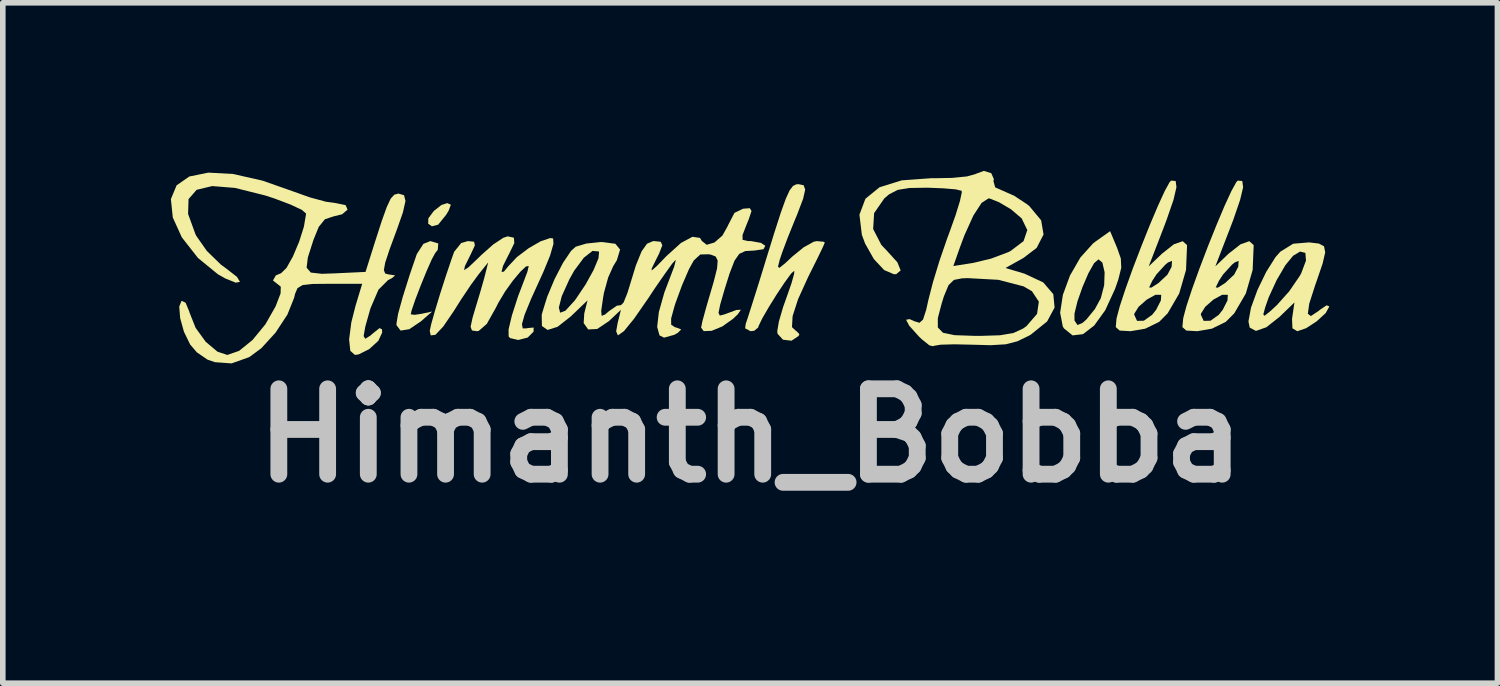
<source format=kicad_pcb>
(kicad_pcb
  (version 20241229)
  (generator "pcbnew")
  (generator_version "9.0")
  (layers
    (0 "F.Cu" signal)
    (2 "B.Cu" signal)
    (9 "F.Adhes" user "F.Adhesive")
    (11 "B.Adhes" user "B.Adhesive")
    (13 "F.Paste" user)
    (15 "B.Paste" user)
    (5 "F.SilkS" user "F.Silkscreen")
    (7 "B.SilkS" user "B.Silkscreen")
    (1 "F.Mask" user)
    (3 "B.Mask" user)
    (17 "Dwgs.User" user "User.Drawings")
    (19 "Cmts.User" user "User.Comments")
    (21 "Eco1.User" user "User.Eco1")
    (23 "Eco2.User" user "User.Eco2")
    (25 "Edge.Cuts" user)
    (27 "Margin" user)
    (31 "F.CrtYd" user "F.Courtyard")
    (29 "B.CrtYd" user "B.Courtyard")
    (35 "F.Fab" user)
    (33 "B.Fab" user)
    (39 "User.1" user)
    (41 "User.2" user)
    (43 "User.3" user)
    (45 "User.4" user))
  (footprint "Himanth_Bobba"
    (layer "F.Cu")
    (at 10.312 2.184)
    (property "Reference" "Himanth_Bobba" (at 0.033 2.54 0) (layer "Dwgs.User") (effects (font (size 1.524 1.524) (thickness 0.3))))
    (attr board_only exclude_from_pos_files exclude_from_bom)
    (fp_poly (pts (xy -5.315 -1.58) (xy -5.356 -1.471) (xy -5.402 -1.397) (xy -5.542 -1.224) (xy -5.653 -1.195) (xy -5.72 -1.242) (xy -5.717 -1.337) (xy -5.621 -1.467) (xy -5.484 -1.575) (xy -5.379 -1.609)) (stroke (width 0) (type solid)) (fill yes) (layer "F.SilkS"))
    (fp_poly (pts (xy -5.54 -0.889) (xy -5.549 -0.776) (xy -5.596 -0.715) (xy -5.654 -0.609) (xy -5.747 -0.399) (xy -5.853 -0.139) (xy -5.95 0.114) (xy -6.016 0.307) (xy -6.031 0.376) (xy -5.961 0.385) (xy -5.84 0.367) (xy -5.649 0.326) (xy -5.85 0.502) (xy -6.059 0.642) (xy -6.213 0.666) (xy -6.285 0.57) (xy -6.286 0.541) (xy -6.257 0.368) (xy -6.174 0.066) (xy -6.047 -0.337) (xy -5.923 -0.699) (xy -5.805 -0.882) (xy -5.681 -0.931)) (stroke (width 0) (type solid)) (fill yes) (layer "F.SilkS"))
    (fp_poly (pts (xy 6.575 -0.812) (xy 6.642 -0.621) (xy 6.65 -0.455) (xy 6.597 -0.243) (xy 6.538 -0.075) (xy 6.364 0.303) (xy 6.167 0.576) (xy 5.967 0.73) (xy 5.781 0.752) (xy 5.628 0.628) (xy 5.606 0.592) (xy 5.586 0.486) (xy 5.815 0.486) (xy 5.869 0.567) (xy 5.958 0.529) (xy 6.025 0.471) (xy 6.179 0.283) (xy 6.285 0.088) (xy 6.345 -0.143) (xy 6.353 -0.374) (xy 6.313 -0.547) (xy 6.244 -0.605) (xy 6.165 -0.537) (xy 6.063 -0.356) (xy 5.958 -0.111) (xy 5.868 0.145) (xy 5.815 0.363) (xy 5.815 0.486) (xy 5.586 0.486) (xy 5.559 0.348) (xy 5.608 0.029) (xy 5.735 -0.317) (xy 5.921 -0.639) (xy 6.147 -0.89) (xy 6.197 -0.928) (xy 6.451 -1.108)) (stroke (width 0) (type solid)) (fill yes) (layer "F.SilkS"))
    (fp_poly (pts (xy 10.009 -0.907) (xy 10.177 -0.887) (xy 10.269 -0.838) (xy 10.29 -0.73) (xy 10.244 -0.531) (xy 10.134 -0.209) (xy 10.109 -0.138) (xy 10.005 0.186) (xy 9.98 0.365) (xy 10.034 0.407) (xy 10.17 0.317) (xy 10.193 0.297) (xy 10.315 0.215) (xy 10.364 0.235) (xy 10.298 0.354) (xy 10.139 0.5) (xy 9.951 0.623) (xy 9.794 0.677) (xy 9.791 0.677) (xy 9.705 0.626) (xy 9.698 0.454) (xy 9.703 0.421) (xy 9.741 0.164) (xy 9.475 0.421) (xy 9.239 0.607) (xy 9.054 0.672) (xy 8.943 0.613) (xy 8.92 0.503) (xy 8.943 0.379) (xy 9.185 0.379) (xy 9.208 0.402) (xy 9.312 0.318) (xy 9.427 0.212) (xy 9.647 -0.034) (xy 9.836 -0.31) (xy 9.861 -0.355) (xy 9.947 -0.583) (xy 9.936 -0.721) (xy 9.841 -0.744) (xy 9.717 -0.669) (xy 9.579 -0.501) (xy 9.423 -0.234) (xy 9.283 0.069) (xy 9.218 0.254) (xy 9.185 0.379) (xy 8.943 0.379) (xy 8.965 0.259) (xy 9.08 -0.057) (xy 9.236 -0.38) (xy 9.403 -0.645) (xy 9.489 -0.742) (xy 9.718 -0.884) (xy 10.004 -0.908)) (stroke (width 0) (type solid)) (fill yes) (layer "F.SilkS"))
    (fp_poly (pts (xy 7.621 -2.003) (xy 7.635 -1.893) (xy 7.582 -1.666) (xy 7.458 -1.307) (xy 7.393 -1.135) (xy 7.14 -0.48) (xy 7.376 -0.706) (xy 7.589 -0.874) (xy 7.746 -0.929) (xy 7.822 -0.862) (xy 7.824 -0.847) (xy 7.806 -0.416) (xy 7.684 0.005) (xy 7.478 0.358) (xy 7.327 0.51) (xy 7.079 0.632) (xy 6.817 0.677) (xy 6.622 0.666) (xy 6.552 0.604) (xy 6.565 0.452) (xy 6.567 0.445) (xy 6.583 0.383) (xy 6.881 0.383) (xy 6.932 0.493) (xy 7.053 0.49) (xy 7.202 0.384) (xy 7.273 0.294) (xy 7.357 0.128) (xy 7.363 0.029) (xy 7.362 0.028) (xy 7.259 0.028) (xy 7.106 0.113) (xy 6.961 0.24) (xy 6.883 0.364) (xy 6.881 0.383) (xy 6.583 0.383) (xy 6.624 0.23) (xy 6.725 -0.076) (xy 6.735 -0.104) (xy 7.147 -0.104) (xy 7.185 -0.1) (xy 7.314 -0.182) (xy 7.475 -0.333) (xy 7.549 -0.473) (xy 7.556 -0.578) (xy 7.485 -0.55) (xy 7.438 -0.512) (xy 7.279 -0.338) (xy 7.203 -0.221) (xy 7.147 -0.104) (xy 6.735 -0.104) (xy 6.856 -0.442) (xy 7.006 -0.833) (xy 7.159 -1.216) (xy 7.304 -1.558) (xy 7.426 -1.825) (xy 7.513 -1.983) (xy 7.54 -2.011)) (stroke (width 0) (type solid)) (fill yes) (layer "F.SilkS"))
    (fp_poly (pts (xy 8.81 -2.003) (xy 8.825 -1.893) (xy 8.771 -1.666) (xy 8.648 -1.307) (xy 8.582 -1.135) (xy 8.329 -0.48) (xy 8.565 -0.706) (xy 8.779 -0.874) (xy 8.935 -0.929) (xy 9.011 -0.862) (xy 9.013 -0.847) (xy 8.995 -0.416) (xy 8.873 0.005) (xy 8.667 0.358) (xy 8.516 0.51) (xy 8.268 0.632) (xy 8.007 0.677) (xy 7.811 0.666) (xy 7.741 0.604) (xy 7.755 0.452) (xy 7.756 0.445) (xy 7.772 0.383) (xy 8.07 0.383) (xy 8.121 0.493) (xy 8.243 0.49) (xy 8.391 0.384) (xy 8.462 0.294) (xy 8.546 0.128) (xy 8.552 0.029) (xy 8.552 0.028) (xy 8.449 0.028) (xy 8.295 0.113) (xy 8.15 0.24) (xy 8.072 0.364) (xy 8.07 0.383) (xy 7.772 0.383) (xy 7.813 0.23) (xy 7.914 -0.076) (xy 7.924 -0.104) (xy 8.336 -0.104) (xy 8.374 -0.1) (xy 8.503 -0.182) (xy 8.665 -0.333) (xy 8.738 -0.473) (xy 8.745 -0.578) (xy 8.675 -0.55) (xy 8.628 -0.512) (xy 8.469 -0.338) (xy 8.392 -0.221) (xy 8.336 -0.104) (xy 7.924 -0.104) (xy 8.046 -0.442) (xy 8.195 -0.833) (xy 8.349 -1.216) (xy 8.493 -1.558) (xy 8.616 -1.825) (xy 8.703 -1.983) (xy 8.73 -2.011)) (stroke (width 0) (type solid)) (fill yes) (layer "F.SilkS"))
    (fp_poly (pts (xy 0.981 -1.928) (xy 1.009 -1.85) (xy 0.972 -1.687) (xy 0.866 -1.407) (xy 0.817 -1.289) (xy 0.697 -0.992) (xy 0.598 -0.728) (xy 0.553 -0.593) (xy 0.523 -0.473) (xy 0.549 -0.453) (xy 0.656 -0.54) (xy 0.78 -0.656) (xy 0.983 -0.821) (xy 1.16 -0.919) (xy 1.215 -0.931) (xy 1.339 -0.919) (xy 1.359 -0.905) (xy 1.324 -0.823) (xy 1.23 -0.628) (xy 1.096 -0.359) (xy 1.062 -0.291) (xy 0.882 0.105) (xy 0.784 0.409) (xy 0.773 0.605) (xy 0.851 0.677) (xy 0.855 0.677) (xy 0.905 0.729) (xy 0.892 0.762) (xy 0.765 0.847) (xy 0.613 0.829) (xy 0.516 0.724) (xy 0.51 0.678) (xy 0.539 0.506) (xy 0.614 0.248) (xy 0.678 0.069) (xy 0.764 -0.177) (xy 0.812 -0.35) (xy 0.814 -0.402) (xy 0.759 -0.353) (xy 0.647 -0.2) (xy 0.505 0.013) (xy 0.361 0.244) (xy 0.242 0.45) (xy 0.176 0.587) (xy 0.17 0.611) (xy 0.1 0.669) (xy 0.033 0.677) (xy -0.063 0.626) (xy -0.053 0.548) (xy -0.01 0.419) (xy 0.071 0.165) (xy 0.179 -0.177) (xy 0.301 -0.572) (xy 0.301 -0.574) (xy 0.457 -1.077) (xy 0.574 -1.44) (xy 0.662 -1.685) (xy 0.731 -1.836) (xy 0.791 -1.915) (xy 0.85 -1.944) (xy 0.89 -1.947)) (stroke (width 0) (type solid)) (fill yes) (layer "F.SilkS"))
    (fp_poly (pts (xy -4.19 -0.991) (xy -4.183 -0.895) (xy -4.279 -0.697) (xy -4.29 -0.677) (xy -4.384 -0.488) (xy -4.411 -0.382) (xy -4.37 -0.385) (xy -4.29 -0.482) (xy -4.137 -0.645) (xy -3.927 -0.804) (xy -3.712 -0.928) (xy -3.543 -0.985) (xy -3.49 -0.978) (xy -3.484 -0.882) (xy -3.545 -0.671) (xy -3.664 -0.381) (xy -3.694 -0.316) (xy -3.883 0.1) (xy -3.999 0.383) (xy -4.047 0.553) (xy -4.032 0.628) (xy -3.959 0.626) (xy -3.944 0.621) (xy -3.838 0.612) (xy -3.839 0.685) (xy -3.943 0.79) (xy -4.112 0.834) (xy -4.258 0.8) (xy -4.284 0.771) (xy -4.285 0.645) (xy -4.226 0.397) (xy -4.117 0.058) (xy -3.966 -0.339) (xy -3.95 -0.381) (xy -3.925 -0.486) (xy -3.974 -0.479) (xy -4.076 -0.383) (xy -4.207 -0.226) (xy -4.346 -0.033) (xy -4.468 0.171) (xy -4.517 0.268) (xy -4.674 0.547) (xy -4.818 0.672) (xy -4.853 0.677) (xy -4.939 0.664) (xy -4.963 0.598) (xy -4.928 0.437) (xy -4.88 0.275) (xy -4.794 -0.01) (xy -4.722 -0.262) (xy -4.702 -0.339) (xy -4.649 -0.55) (xy -4.819 -0.339) (xy -4.958 -0.149) (xy -5.137 0.118) (xy -5.263 0.318) (xy -5.451 0.594) (xy -5.591 0.742) (xy -5.674 0.752) (xy -5.692 0.672) (xy -5.667 0.554) (xy -5.601 0.321) (xy -5.51 0.02) (xy -5.406 -0.304) (xy -5.304 -0.606) (xy -5.256 -0.741) (xy -5.13 -0.897) (xy -5.012 -0.931) (xy -4.9 -0.92) (xy -4.887 -0.853) (xy -4.965 -0.686) (xy -4.967 -0.682) (xy -5.064 -0.486) (xy -5.079 -0.413) (xy -5.002 -0.462) (xy -4.822 -0.633) (xy -4.767 -0.687) (xy -4.559 -0.871) (xy -4.379 -0.99) (xy -4.3 -1.016)) (stroke (width 0) (type solid)) (fill yes) (layer "F.SilkS"))
    (fp_poly (pts (xy 4.33 -2.143) (xy 4.377 -2.035) (xy 4.368 -2.003) (xy 4.4 -1.89) (xy 4.533 -1.831) (xy 4.737 -1.741) (xy 4.968 -1.589) (xy 5.01 -1.555) (xy 5.22 -1.302) (xy 5.263 -1.049) (xy 5.14 -0.81) (xy 4.904 -0.63) (xy 4.583 -0.451) (xy 4.925 -0.349) (xy 5.258 -0.193) (xy 5.437 0.016) (xy 5.46 0.255) (xy 5.327 0.503) (xy 5.036 0.738) (xy 4.997 0.76) (xy 4.794 0.858) (xy 4.588 0.911) (xy 4.321 0.927) (xy 3.987 0.918) (xy 3.67 0.911) (xy 3.427 0.918) (xy 3.301 0.939) (xy 3.292 0.946) (xy 3.226 0.93) (xy 3.088 0.82) (xy 3.037 0.77) (xy 2.893 0.61) (xy 3.376 0.61) (xy 3.468 0.705) (xy 3.674 0.748) (xy 4.021 0.76) (xy 4.13 0.761) (xy 4.485 0.75) (xy 4.724 0.71) (xy 4.899 0.629) (xy 4.958 0.587) (xy 5.147 0.368) (xy 5.179 0.15) (xy 5.056 -0.036) (xy 4.906 -0.123) (xy 4.457 -0.24) (xy 3.908 -0.27) (xy 3.805 -0.266) (xy 3.663 -0.238) (xy 3.567 -0.144) (xy 3.484 0.056) (xy 3.444 0.185) (xy 3.376 0.444) (xy 3.376 0.61) (xy 2.893 0.61) (xy 2.866 0.58) (xy 2.81 0.473) (xy 2.872 0.461) (xy 2.957 0.499) (xy 3.048 0.527) (xy 3.112 0.47) (xy 3.168 0.297) (xy 3.21 0.11) (xy 3.289 -0.197) (xy 3.377 -0.486) (xy 3.653 -0.486) (xy 4.014 -0.543) (xy 4.328 -0.619) (xy 4.632 -0.733) (xy 4.672 -0.753) (xy 4.906 -0.93) (xy 4.973 -1.128) (xy 4.872 -1.337) (xy 4.681 -1.499) (xy 4.471 -1.623) (xy 4.308 -1.689) (xy 4.28 -1.693) (xy 4.158 -1.614) (xy 4.011 -1.388) (xy 3.851 -1.035) (xy 3.773 -0.826) (xy 3.653 -0.486) (xy 3.377 -0.486) (xy 3.408 -0.587) (xy 3.546 -0.987) (xy 3.578 -1.072) (xy 3.692 -1.391) (xy 3.771 -1.647) (xy 3.804 -1.802) (xy 3.8 -1.829) (xy 3.698 -1.854) (xy 3.474 -1.873) (xy 3.193 -1.884) (xy 2.87 -1.879) (xy 2.66 -1.845) (xy 2.507 -1.766) (xy 2.421 -1.693) (xy 2.239 -1.43) (xy 2.222 -1.146) (xy 2.368 -0.863) (xy 2.464 -0.762) (xy 2.654 -0.553) (xy 2.713 -0.408) (xy 2.635 -0.342) (xy 2.594 -0.339) (xy 2.418 -0.414) (xy 2.234 -0.611) (xy 2.078 -0.887) (xy 2.02 -1.044) (xy 1.977 -1.403) (xy 2.084 -1.687) (xy 2.336 -1.892) (xy 2.731 -2.015) (xy 3.265 -2.054) (xy 3.311 -2.053) (xy 3.633 -2.059) (xy 3.895 -2.085) (xy 4.045 -2.126) (xy 4.053 -2.131) (xy 4.199 -2.184)) (stroke (width 0) (type solid)) (fill yes) (layer "F.SilkS"))
    (fp_poly (pts (xy -9.204 -2.129) (xy -8.677 -2.01) (xy -8.148 -1.824) (xy -7.834 -1.712) (xy -7.546 -1.634) (xy -7.369 -1.609) (xy -7.194 -1.573) (xy -7.159 -1.493) (xy -7.255 -1.41) (xy -7.412 -1.371) (xy -7.563 -1.321) (xy -7.673 -1.185) (xy -7.767 -0.954) (xy -7.867 -0.641) (xy -7.89 -0.457) (xy -7.814 -0.369) (xy -7.618 -0.347) (xy -7.369 -0.356) (xy -6.838 -0.381) (xy -6.678 -0.889) (xy -6.552 -1.28) (xy -6.46 -1.537) (xy -6.39 -1.687) (xy -6.327 -1.758) (xy -6.259 -1.778) (xy -6.246 -1.778) (xy -6.151 -1.75) (xy -6.125 -1.647) (xy -6.171 -1.443) (xy -6.276 -1.143) (xy -6.41 -0.78) (xy -6.487 -0.547) (xy -6.511 -0.413) (xy -6.487 -0.352) (xy -6.418 -0.334) (xy -6.398 -0.333) (xy -6.309 -0.318) (xy -6.367 -0.27) (xy -6.436 -0.235) (xy -6.607 -0.064) (xy -6.748 0.264) (xy -6.754 0.283) (xy -6.842 0.594) (xy -6.872 0.764) (xy -6.843 0.812) (xy -6.752 0.756) (xy -6.711 0.72) (xy -6.588 0.622) (xy -6.545 0.643) (xy -6.541 0.702) (xy -6.61 0.849) (xy -6.772 0.997) (xy -6.96 1.091) (xy -7.027 1.101) (xy -7.11 1.027) (xy -7.131 0.824) (xy -7.092 0.521) (xy -7.017 0.225) (xy -6.898 -0.169) (xy -7.477 -0.169) (xy -7.784 -0.166) (xy -7.961 -0.146) (xy -8.052 -0.092) (xy -8.096 0.011) (xy -8.112 0.08) (xy -8.232 0.38) (xy -8.444 0.703) (xy -8.699 0.982) (xy -8.914 1.14) (xy -9.229 1.252) (xy -9.526 1.23) (xy -9.658 1.185) (xy -9.848 1.055) (xy -9.968 0.915) (xy -10.079 0.687) (xy -10.147 0.442) (xy -10.163 0.237) (xy -10.121 0.134) (xy -10.049 0.17) (xy -9.985 0.324) (xy -9.981 0.34) (xy -9.871 0.617) (xy -9.69 0.867) (xy -9.48 1.043) (xy -9.305 1.101) (xy -9.094 1.028) (xy -8.855 0.834) (xy -8.625 0.554) (xy -8.443 0.234) (xy -8.354 0.002) (xy -8.351 -0.118) (xy -8.39 -0.149) (xy -8.49 -0.228) (xy -8.439 -0.319) (xy -8.345 -0.358) (xy -8.249 -0.452) (xy -8.134 -0.657) (xy -8.023 -0.92) (xy -7.938 -1.188) (xy -7.901 -1.408) (xy -7.9 -1.423) (xy -7.976 -1.489) (xy -8.179 -1.584) (xy -8.471 -1.694) (xy -8.631 -1.746) (xy -9.167 -1.88) (xy -9.575 -1.913) (xy -9.853 -1.846) (xy -9.997 -1.68) (xy -10.005 -1.416) (xy -9.875 -1.057) (xy -9.858 -1.023) (xy -9.67 -0.755) (xy -9.416 -0.508) (xy -9.333 -0.448) (xy -9.133 -0.293) (xy -9.079 -0.203) (xy -9.154 -0.189) (xy -9.343 -0.265) (xy -9.474 -0.34) (xy -9.829 -0.63) (xy -10.117 -0.998) (xy -10.278 -1.352) (xy -10.312 -1.681) (xy -10.21 -1.926) (xy -9.983 -2.084) (xy -9.644 -2.153)) (stroke (width 0) (type solid)) (fill yes) (layer "F.SilkS"))
    (fp_poly (pts (xy 0.051 -1.468) (xy 0.001 -1.319) (xy -0.034 -1.234) (xy -0.11 -1.038) (xy -0.108 -0.953) (xy -0.016 -0.932) (xy 0.042 -0.931) (xy 0.22 -0.899) (xy 0.297 -0.847) (xy 0.264 -0.786) (xy 0.1 -0.762) (xy 0.095 -0.762) (xy -0.06 -0.753) (xy -0.168 -0.703) (xy -0.253 -0.581) (xy -0.34 -0.355) (xy -0.43 -0.069) (xy -0.509 0.205) (xy -0.538 0.35) (xy -0.515 0.398) (xy -0.442 0.38) (xy -0.44 0.38) (xy -0.218 0.298) (xy -0.139 0.295) (xy -0.195 0.376) (xy -0.281 0.458) (xy -0.47 0.592) (xy -0.66 0.67) (xy -0.802 0.676) (xy -0.849 0.614) (xy -0.826 0.501) (xy -0.768 0.288) (xy -0.734 0.169) (xy -0.625 -0.202) (xy -0.564 -0.443) (xy -0.553 -0.583) (xy -0.588 -0.655) (xy -0.671 -0.688) (xy -0.714 -0.696) (xy -0.863 -0.692) (xy -0.979 -0.586) (xy -1.065 -0.431) (xy -1.19 -0.141) (xy -1.307 0.178) (xy -1.323 0.228) (xy -1.384 0.451) (xy -1.383 0.561) (xy -1.316 0.606) (xy -1.29 0.612) (xy -1.204 0.646) (xy -1.262 0.704) (xy -1.325 0.741) (xy -1.51 0.792) (xy -1.591 0.752) (xy -1.633 0.601) (xy -1.603 0.335) (xy -1.505 -0.013) (xy -1.405 -0.276) (xy -1.33 -0.473) (xy -1.302 -0.584) (xy -1.307 -0.593) (xy -1.366 -0.527) (xy -1.494 -0.349) (xy -1.672 -0.092) (xy -1.789 0.085) (xy -2.045 0.454) (xy -2.227 0.677) (xy -2.334 0.752) (xy -2.365 0.679) (xy -2.338 0.529) (xy -2.28 0.296) (xy -2.495 0.498) (xy -2.704 0.638) (xy -2.864 0.646) (xy -2.945 0.532) (xy -2.934 0.359) (xy -2.876 0.127) (xy -3.174 0.413) (xy -3.411 0.599) (xy -3.589 0.655) (xy -3.69 0.584) (xy -3.694 0.389) (xy -3.688 0.362) (xy -3.656 0.256) (xy -3.388 0.256) (xy -3.365 0.347) (xy -3.27 0.311) (xy -3.108 0.134) (xy -3.087 0.106) (xy -2.909 -0.159) (xy -2.767 -0.417) (xy -2.68 -0.625) (xy -2.67 -0.741) (xy -2.674 -0.746) (xy -2.787 -0.756) (xy -2.942 -0.634) (xy -3.114 -0.403) (xy -3.201 -0.247) (xy -3.336 0.053) (xy -3.388 0.256) (xy -3.656 0.256) (xy -3.596 0.063) (xy -3.463 -0.255) (xy -3.313 -0.544) (xy -3.17 -0.756) (xy -3.087 -0.831) (xy -2.898 -0.887) (xy -2.644 -0.914) (xy -2.612 -0.914) (xy -2.379 -0.883) (xy -2.295 -0.78) (xy -2.352 -0.591) (xy -2.417 -0.484) (xy -2.507 -0.283) (xy -2.583 -0.007) (xy -2.599 0.085) (xy -2.632 0.314) (xy -2.624 0.403) (xy -2.564 0.38) (xy -2.49 0.317) (xy -2.352 0.222) (xy -2.279 0.212) (xy -2.233 0.166) (xy -2.166 0.000431) (xy -2.133 -0.105) (xy -2.013 -0.497) (xy -1.911 -0.748) (xy -1.814 -0.884) (xy -1.708 -0.93) (xy -1.689 -0.931) (xy -1.57 -0.919) (xy -1.541 -0.857) (xy -1.599 -0.707) (xy -1.665 -0.576) (xy -1.732 -0.439) (xy -1.729 -0.407) (xy -1.639 -0.486) (xy -1.466 -0.665) (xy -1.208 -0.898) (xy -1.003 -1.008) (xy -0.869 -0.988) (xy -0.835 -0.933) (xy -0.749 -0.865) (xy -0.611 -0.906) (xy -0.469 -1.029) (xy -0.371 -1.204) (xy -0.368 -1.214) (xy -0.253 -1.435) (xy -0.1 -1.509) (xy 0.021 -1.518)) (stroke (width 0) (type solid)) (fill yes) (layer "F.SilkS")))
  (gr_rect
    (start -3 -3)
    (end 23.676 9.143)
    (stroke (width 0.1) (type default))
    (fill no)
    (layer "Edge.Cuts")))
</source>
